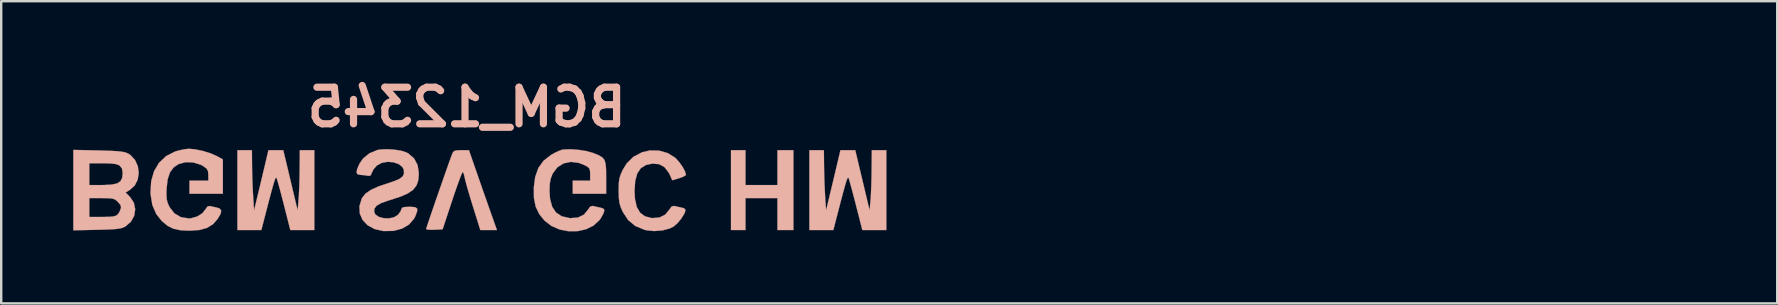
<source format=kicad_pcb>
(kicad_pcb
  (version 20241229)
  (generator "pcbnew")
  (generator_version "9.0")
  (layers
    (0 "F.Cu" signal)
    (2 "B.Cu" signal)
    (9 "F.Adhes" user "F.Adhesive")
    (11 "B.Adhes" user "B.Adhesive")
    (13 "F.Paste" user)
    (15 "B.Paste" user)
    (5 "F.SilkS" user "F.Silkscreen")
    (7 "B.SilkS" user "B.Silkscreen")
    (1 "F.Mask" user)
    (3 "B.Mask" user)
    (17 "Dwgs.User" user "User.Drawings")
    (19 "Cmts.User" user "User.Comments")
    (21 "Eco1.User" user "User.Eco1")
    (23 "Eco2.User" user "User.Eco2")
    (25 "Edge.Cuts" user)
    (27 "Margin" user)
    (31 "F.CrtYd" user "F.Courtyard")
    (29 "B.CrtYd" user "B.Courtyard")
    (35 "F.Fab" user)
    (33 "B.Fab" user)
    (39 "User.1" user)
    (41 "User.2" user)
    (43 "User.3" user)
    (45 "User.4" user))
  (footprint "BGM_12345"
    (layer "F.Cu")
    (at 67.734 4.658)
    (property "Reference" "BGM_12345" (at -51.34 -3.24 0) (layer "B.SilkS") (effects (font (size 1.524 1.524) (thickness 0.3)) (justify mirror)))
    (attr through_hole)
    (fp_poly (pts (xy -39.729 0.544) (xy -38.398 0.544) (xy -38.398 1.875) (xy -37.733 1.875) (xy -37.733 -1.451) (xy -38.398 -1.451) (xy -38.398 0) (xy -39.729 0) (xy -39.729 -1.451) (xy -40.333 -1.451) (xy -40.333 1.875) (xy -39.729 1.875) (xy -39.729 0.544)) (stroke (width 0.01) (type solid)) (fill yes) (layer "B.SilkS"))
    (fp_poly (pts (xy -59.721 1.194) (xy -59.598 0.719) (xy -59.5 0.35) (xy -59.425 0.075) (xy -59.368 -0.117) (xy -59.327 -0.237) (xy -59.297 -0.297) (xy -59.275 -0.309) (xy -59.263 -0.294) (xy -59.235 -0.211) (xy -59.183 -0.031) (xy -59.113 0.225) (xy -59.031 0.537) (xy -58.955 0.832) (xy -58.69 1.875) (xy -57.69 1.875) (xy -57.69 -1.451) (xy -58.295 -1.451) (xy -58.302 -0.62) (xy -58.308 -0.269) (xy -58.318 0.082) (xy -58.332 0.393) (xy -58.347 0.625) (xy -58.348 0.635) (xy -58.385 1.058) (xy -58.983 -1.451) (xy -59.602 -1.451) (xy -59.698 -1.043) (xy -59.748 -0.829) (xy -59.819 -0.533) (xy -59.9 -0.193) (xy -59.983 0.156) (xy -59.997 0.212) (xy -60.2 1.058) (xy -60.238 0.484) (xy -60.256 0.164) (xy -60.271 -0.217) (xy -60.281 -0.596) (xy -60.284 -0.771) (xy -60.29 -1.451) (xy -60.895 -1.451) (xy -60.895 1.875) (xy -59.897 1.875) (xy -59.721 1.194)) (stroke (width 0.01) (type solid)) (fill yes) (layer "B.SilkS"))
    (fp_poly (pts (xy -35.894 1.194) (xy -35.77 0.719) (xy -35.673 0.35) (xy -35.597 0.075) (xy -35.541 -0.117) (xy -35.499 -0.237) (xy -35.469 -0.297) (xy -35.448 -0.309) (xy -35.435 -0.294) (xy -35.407 -0.211) (xy -35.356 -0.031) (xy -35.286 0.225) (xy -35.204 0.537) (xy -35.128 0.832) (xy -34.862 1.875) (xy -33.862 1.875) (xy -33.862 -1.451) (xy -34.467 -1.451) (xy -34.475 -0.62) (xy -34.48 -0.269) (xy -34.491 0.082) (xy -34.504 0.393) (xy -34.519 0.625) (xy -34.52 0.635) (xy -34.558 1.058) (xy -35.156 -1.451) (xy -35.774 -1.451) (xy -35.87 -1.043) (xy -35.921 -0.829) (xy -35.991 -0.533) (xy -36.072 -0.193) (xy -36.156 0.156) (xy -36.169 0.212) (xy -36.372 1.058) (xy -36.411 0.484) (xy -36.428 0.164) (xy -36.443 -0.217) (xy -36.453 -0.596) (xy -36.456 -0.771) (xy -36.463 -1.451) (xy -37.068 -1.451) (xy -37.068 1.875) (xy -36.069 1.875) (xy -35.894 1.194)) (stroke (width 0.01) (type solid)) (fill yes) (layer "B.SilkS"))
    (fp_poly (pts (xy -50.314 1.225) (xy -50.416 0.937) (xy -50.544 0.572) (xy -50.686 0.169) (xy -50.827 -0.236) (xy -50.897 -0.438) (xy -51.249 -1.451) (xy -51.568 -1.451) (xy -51.758 -1.445) (xy -51.864 -1.417) (xy -51.923 -1.35) (xy -51.951 -1.285) (xy -52.006 -1.139) (xy -52.088 -0.911) (xy -52.19 -0.621) (xy -52.308 -0.286) (xy -52.435 0.076) (xy -52.563 0.446) (xy -52.688 0.806) (xy -52.802 1.139) (xy -52.9 1.426) (xy -52.975 1.649) (xy -53.021 1.791) (xy -53.033 1.832) (xy -52.979 1.856) (xy -52.837 1.866) (xy -52.69 1.863) (xy -52.346 1.845) (xy -51.95 0.65) (xy -51.83 0.293) (xy -51.72 -0.021) (xy -51.627 -0.276) (xy -51.557 -0.454) (xy -51.516 -0.539) (xy -51.51 -0.544) (xy -51.473 -0.491) (xy -51.436 -0.359) (xy -51.429 -0.318) (xy -51.398 -0.184) (xy -51.337 0.04) (xy -51.254 0.329) (xy -51.155 0.659) (xy -51.083 0.892) (xy -50.775 1.875) (xy -50.083 1.875) (xy -50.314 1.225)) (stroke (width 0.01) (type solid)) (fill yes) (layer "B.SilkS"))
    (fp_poly (pts (xy -62.479 1.873) (xy -62.157 1.784) (xy -61.906 1.627) (xy -61.714 1.407) (xy -61.595 1.203) (xy -61.568 1.065) (xy -61.634 0.979) (xy -61.757 0.938) (xy -61.924 0.902) (xy -62.049 0.872) (xy -62.148 0.901) (xy -62.214 0.997) (xy -62.354 1.175) (xy -62.572 1.312) (xy -62.827 1.384) (xy -62.921 1.391) (xy -63.249 1.338) (xy -63.517 1.181) (xy -63.717 0.925) (xy -63.727 0.907) (xy -63.799 0.747) (xy -63.839 0.593) (xy -63.851 0.403) (xy -63.844 0.147) (xy -63.8 -0.239) (xy -63.703 -0.528) (xy -63.546 -0.738) (xy -63.335 -0.877) (xy -63.052 -0.952) (xy -62.733 -0.94) (xy -62.426 -0.846) (xy -62.324 -0.791) (xy -62.181 -0.687) (xy -62.119 -0.579) (xy -62.105 -0.418) (xy -62.105 -0.181) (xy -62.891 -0.181) (xy -62.891 0.363) (xy -61.5 0.363) (xy -61.5 -1.066) (xy -61.732 -1.196) (xy -62.006 -1.319) (xy -62.339 -1.422) (xy -62.674 -1.49) (xy -62.919 -1.51) (xy -63.119 -1.488) (xy -63.361 -1.434) (xy -63.495 -1.394) (xy -63.864 -1.206) (xy -64.156 -0.931) (xy -64.366 -0.578) (xy -64.487 -0.156) (xy -64.514 0.325) (xy -64.51 0.388) (xy -64.438 0.832) (xy -64.278 1.203) (xy -64.047 1.496) (xy -63.812 1.694) (xy -63.563 1.819) (xy -63.264 1.885) (xy -62.891 1.902) (xy -62.479 1.873)) (stroke (width 0.01) (type solid)) (fill yes) (layer "B.SilkS"))
    (fp_poly (pts (xy -43.194 1.891) (xy -42.886 1.81) (xy -42.718 1.726) (xy -42.56 1.587) (xy -42.4 1.393) (xy -42.278 1.195) (xy -42.243 1.109) (xy -42.234 1.016) (xy -42.299 0.964) (xy -42.402 0.938) (xy -42.573 0.901) (xy -42.704 0.869) (xy -42.704 0.869) (xy -42.809 0.897) (xy -42.901 1.024) (xy -43.073 1.232) (xy -43.317 1.353) (xy -43.614 1.377) (xy -43.642 1.375) (xy -43.918 1.302) (xy -44.122 1.15) (xy -44.259 0.911) (xy -44.333 0.578) (xy -44.351 0.242) (xy -44.324 -0.17) (xy -44.238 -0.482) (xy -44.09 -0.701) (xy -43.873 -0.836) (xy -43.615 -0.892) (xy -43.331 -0.87) (xy -43.102 -0.745) (xy -42.923 -0.51) (xy -42.88 -0.422) (xy -42.78 -0.2) (xy -42.494 -0.283) (xy -42.329 -0.343) (xy -42.226 -0.401) (xy -42.208 -0.428) (xy -42.246 -0.564) (xy -42.345 -0.749) (xy -42.48 -0.943) (xy -42.627 -1.109) (xy -42.656 -1.136) (xy -42.965 -1.33) (xy -43.327 -1.433) (xy -43.713 -1.44) (xy -44.038 -1.365) (xy -44.396 -1.178) (xy -44.68 -0.898) (xy -44.847 -0.623) (xy -44.933 -0.43) (xy -44.984 -0.258) (xy -45.008 -0.061) (xy -45.013 0.206) (xy -45.013 0.249) (xy -45.005 0.533) (xy -44.98 0.743) (xy -44.928 0.923) (xy -44.842 1.118) (xy -44.617 1.459) (xy -44.32 1.705) (xy -43.944 1.862) (xy -43.86 1.883) (xy -43.535 1.917) (xy -43.194 1.891)) (stroke (width 0.01) (type solid)) (fill yes) (layer "B.SilkS"))
    (fp_poly (pts (xy -46.726 1.921) (xy -46.371 1.842) (xy -46.059 1.689) (xy -45.813 1.463) (xy -45.74 1.356) (xy -45.637 1.164) (xy -45.606 1.047) (xy -45.651 0.981) (xy -45.775 0.941) (xy -45.791 0.938) (xy -45.961 0.901) (xy -46.091 0.869) (xy -46.196 0.897) (xy -46.288 1.024) (xy -46.46 1.233) (xy -46.708 1.353) (xy -47.022 1.379) (xy -47.061 1.376) (xy -47.381 1.302) (xy -47.621 1.146) (xy -47.783 0.903) (xy -47.872 0.568) (xy -47.893 0.24) (xy -47.882 -0.05) (xy -47.843 -0.267) (xy -47.768 -0.46) (xy -47.757 -0.482) (xy -47.564 -0.739) (xy -47.307 -0.902) (xy -47.005 -0.965) (xy -46.675 -0.923) (xy -46.461 -0.841) (xy -46.302 -0.757) (xy -46.226 -0.676) (xy -46.201 -0.555) (xy -46.2 -0.448) (xy -46.2 -0.181) (xy -46.925 -0.181) (xy -46.925 0.363) (xy -45.534 0.363) (xy -45.534 -0.323) (xy -45.537 -0.65) (xy -45.556 -0.881) (xy -45.602 -1.039) (xy -45.69 -1.149) (xy -45.832 -1.235) (xy -46.042 -1.322) (xy -46.084 -1.338) (xy -46.357 -1.415) (xy -46.687 -1.467) (xy -47.021 -1.491) (xy -47.306 -1.48) (xy -47.357 -1.473) (xy -47.495 -1.426) (xy -47.686 -1.336) (xy -47.835 -1.252) (xy -48.14 -1.013) (xy -48.356 -0.714) (xy -48.489 -0.341) (xy -48.546 0.093) (xy -48.542 0.536) (xy -48.47 0.899) (xy -48.322 1.209) (xy -48.105 1.478) (xy -47.813 1.705) (xy -47.47 1.854) (xy -47.1 1.925) (xy -46.726 1.921)) (stroke (width 0.01) (type solid)) (fill yes) (layer "B.SilkS"))
    (fp_poly (pts (xy -66.746 1.865) (xy -66.367 1.855) (xy -66.088 1.843) (xy -65.888 1.825) (xy -65.744 1.8) (xy -65.637 1.764) (xy -65.558 1.724) (xy -65.331 1.529) (xy -65.194 1.282) (xy -65.152 1.009) (xy -65.208 0.738) (xy -65.367 0.496) (xy -65.377 0.487) (xy -65.553 0.31) (xy -65.379 0.207) (xy -65.172 0.021) (xy -65.048 -0.224) (xy -65.005 -0.502) (xy -65.042 -0.784) (xy -65.159 -1.043) (xy -65.353 -1.252) (xy -65.452 -1.315) (xy -65.549 -1.355) (xy -65.685 -1.386) (xy -65.877 -1.408) (xy -66.145 -1.424) (xy -66.508 -1.436) (xy -66.686 -1.441) (xy -67.729 -1.463) (xy -67.729 0) (xy -67.064 0) (xy -67.064 -0.907) (xy -66.503 -0.907) (xy -66.19 -0.9) (xy -65.976 -0.876) (xy -65.84 -0.832) (xy -65.807 -0.813) (xy -65.705 -0.694) (xy -65.674 -0.509) (xy -65.674 -0.495) (xy -65.695 -0.297) (xy -65.766 -0.158) (xy -65.905 -0.068) (xy -66.126 -0.019) (xy -66.447 -0.001) (xy -66.546 0) (xy -67.064 0) (xy -67.729 0) (xy -67.729 0.544) (xy -67.064 0.544) (xy -66.547 0.544) (xy -66.289 0.548) (xy -66.12 0.562) (xy -66.009 0.595) (xy -65.924 0.653) (xy -65.882 0.693) (xy -65.766 0.83) (xy -65.741 0.948) (xy -65.797 1.096) (xy -65.803 1.108) (xy -65.865 1.208) (xy -65.942 1.273) (xy -66.06 1.309) (xy -66.245 1.325) (xy -66.524 1.33) (xy -66.535 1.33) (xy -67.064 1.33) (xy -67.064 0.544) (xy -67.729 0.544) (xy -67.729 1.885) (xy -66.746 1.865)) (stroke (width 0.01) (type solid)) (fill yes) (layer "B.SilkS"))
    (fp_poly (pts (xy -54.394 1.91) (xy -54.036 1.816) (xy -53.743 1.643) (xy -53.533 1.398) (xy -53.479 1.29) (xy -53.406 1.091) (xy -53.407 0.976) (xy -53.495 0.922) (xy -53.684 0.907) (xy -53.729 0.907) (xy -53.928 0.915) (xy -54.031 0.943) (xy -54.061 0.997) (xy -54.061 1.001) (xy -54.102 1.105) (xy -54.199 1.232) (xy -54.21 1.243) (xy -54.374 1.344) (xy -54.583 1.389) (xy -54.804 1.381) (xy -55.002 1.326) (xy -55.145 1.227) (xy -55.198 1.117) (xy -55.185 0.978) (xy -55.093 0.86) (xy -54.909 0.754) (xy -54.621 0.651) (xy -54.542 0.627) (xy -54.119 0.491) (xy -53.803 0.354) (xy -53.58 0.202) (xy -53.437 0.025) (xy -53.36 -0.192) (xy -53.336 -0.46) (xy -53.336 -0.479) (xy -53.386 -0.828) (xy -53.535 -1.109) (xy -53.778 -1.318) (xy -53.859 -1.361) (xy -54.078 -1.43) (xy -54.366 -1.475) (xy -54.673 -1.493) (xy -54.95 -1.479) (xy -55.068 -1.458) (xy -55.397 -1.321) (xy -55.662 -1.105) (xy -55.811 -0.886) (xy -55.907 -0.66) (xy -55.932 -0.517) (xy -55.882 -0.443) (xy -55.77 -0.423) (xy -55.59 -0.408) (xy -55.47 -0.386) (xy -55.365 -0.383) (xy -55.308 -0.468) (xy -55.297 -0.508) (xy -55.225 -0.652) (xy -55.098 -0.799) (xy -55.078 -0.817) (xy -54.88 -0.924) (xy -54.643 -0.967) (xy -54.401 -0.95) (xy -54.184 -0.877) (xy -54.026 -0.756) (xy -53.966 -0.64) (xy -53.953 -0.485) (xy -54.008 -0.361) (xy -54.146 -0.255) (xy -54.381 -0.155) (xy -54.592 -0.086) (xy -55.016 0.057) (xy -55.333 0.202) (xy -55.555 0.355) (xy -55.695 0.525) (xy -55.717 0.566) (xy -55.812 0.887) (xy -55.796 1.188) (xy -55.679 1.456) (xy -55.47 1.676) (xy -55.179 1.834) (xy -54.816 1.916) (xy -54.802 1.917) (xy -54.394 1.91)) (stroke (width 0.01) (type solid)) (fill yes) (layer "B.SilkS")))
  (gr_rect
    (start -3 -3)
    (end 70.984 9.589)
    (stroke (width 0.1) (type default))
    (fill no)
    (layer "Edge.Cuts")))
</source>
